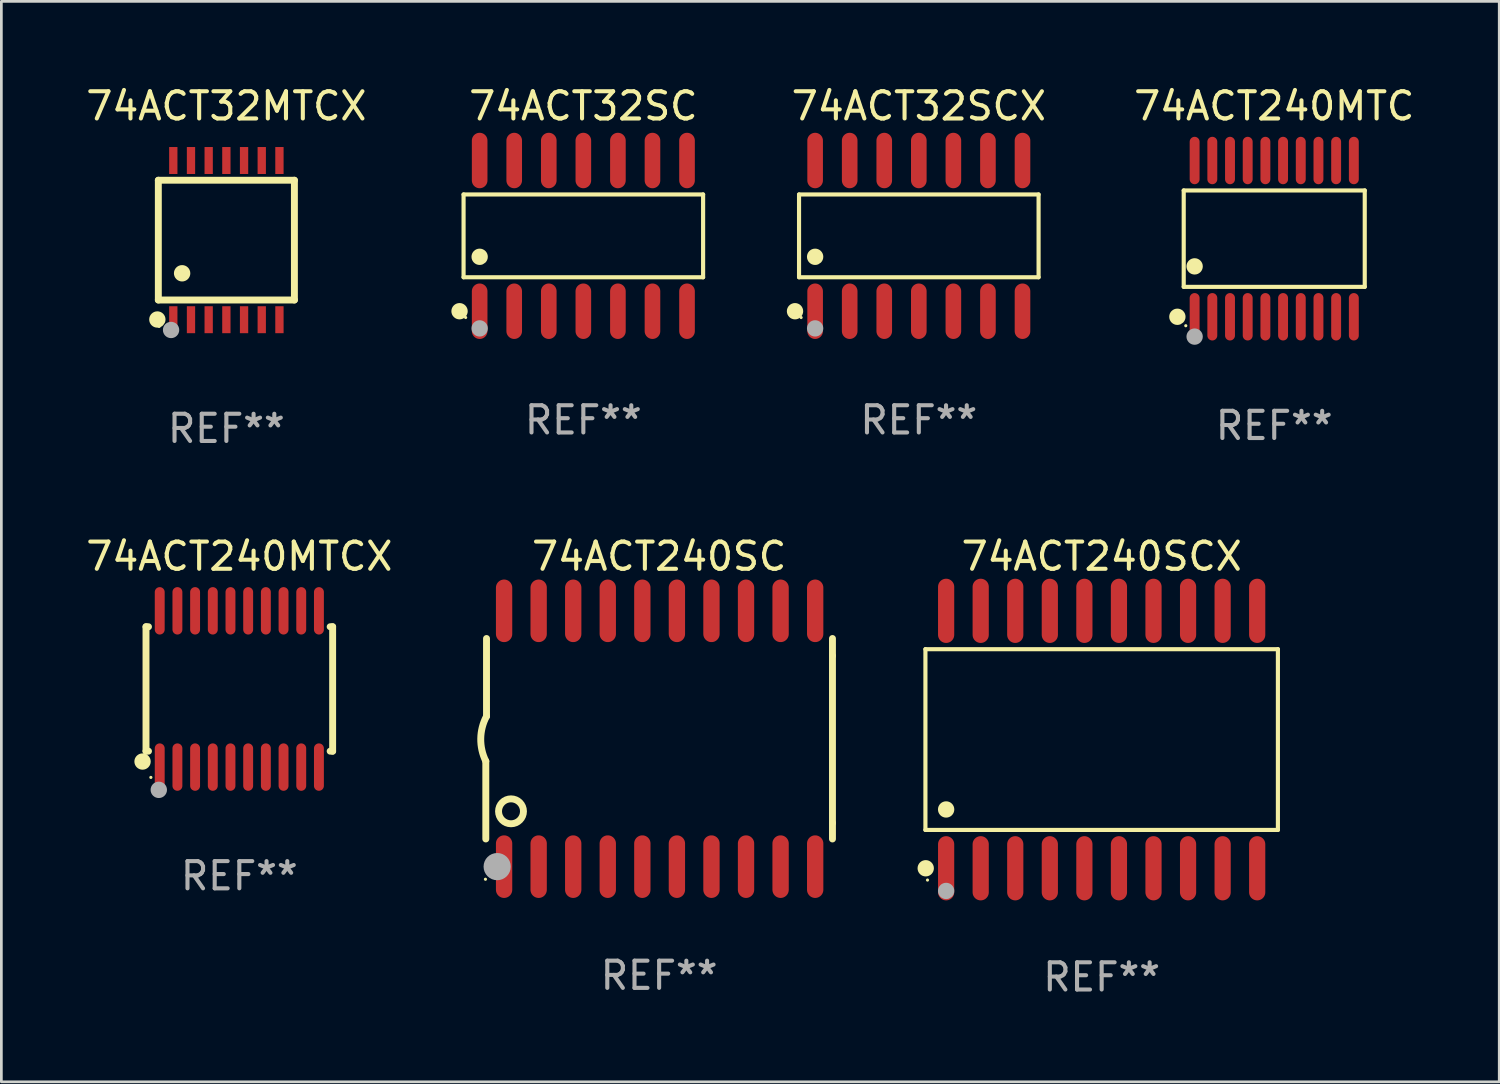
<source format=kicad_pcb>
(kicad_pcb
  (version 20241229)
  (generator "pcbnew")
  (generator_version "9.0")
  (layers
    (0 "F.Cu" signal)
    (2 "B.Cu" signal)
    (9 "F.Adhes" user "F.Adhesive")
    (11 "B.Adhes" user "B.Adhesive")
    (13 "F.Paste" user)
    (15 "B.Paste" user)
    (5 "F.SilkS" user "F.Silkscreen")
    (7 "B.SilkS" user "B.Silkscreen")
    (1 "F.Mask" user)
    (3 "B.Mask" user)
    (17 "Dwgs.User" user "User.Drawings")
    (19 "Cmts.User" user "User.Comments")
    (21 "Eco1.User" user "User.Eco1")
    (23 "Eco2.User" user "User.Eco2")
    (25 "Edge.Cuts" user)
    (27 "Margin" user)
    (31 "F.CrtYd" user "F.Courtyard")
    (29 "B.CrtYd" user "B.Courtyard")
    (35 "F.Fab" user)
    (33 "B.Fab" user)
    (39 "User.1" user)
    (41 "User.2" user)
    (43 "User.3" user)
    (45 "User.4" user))
  (footprint "74ACT32SC"
    (layer "F.Cu")
    (at 18.385 5.617)
    (property "Reference" "74ACT32SC" (at 0 -4.769 0) (layer "F.SilkS") (effects (font (size 1 1) (thickness 0.15))))
    (attr through_hole)
    (fp_line (start -4.401 -1.521) (end 4.401 -1.521) (stroke (width 0.152) (type solid)) (layer "F.SilkS"))
    (fp_line (start -4.401 1.521) (end -4.401 -1.521) (stroke (width 0.152) (type solid)) (layer "F.SilkS"))
    (fp_line (start 4.401 -1.521) (end 4.401 1.521) (stroke (width 0.152) (type solid)) (layer "F.SilkS"))
    (fp_line (start 4.401 1.521) (end -4.401 1.521) (stroke (width 0.152) (type solid)) (layer "F.SilkS"))
    (fp_circle (center -4.549 2.769) (end -4.399 2.769) (stroke (width 0.3) (type solid)) (fill no) (layer "F.SilkS"))
    (fp_circle (center -4.325 3) (end -4.295 3) (stroke (width 0.06) (type solid)) (fill no) (layer "F.SilkS"))
    (fp_circle (center -3.81 0.769) (end -3.66 0.769) (stroke (width 0.3) (type solid)) (fill no) (layer "F.SilkS"))
    (fp_circle (center -3.81 3.4) (end -3.66 3.4) (stroke (width 0.3) (type solid)) (fill no) (layer "F.Fab"))
    (fp_text user "REF**" (at 0 6.769 0) (layer "F.Fab") (effects (font (size 1 1) (thickness 0.15))))
    (pad "1" smd oval (at -3.81 2.769) (size 0.574 2.038) (layers "F.Cu" "F.Mask" "F.Paste"))
    (pad "2" smd oval (at -2.54 2.769) (size 0.574 2.038) (layers "F.Cu" "F.Mask" "F.Paste"))
    (pad "3" smd oval (at -1.27 2.769) (size 0.574 2.038) (layers "F.Cu" "F.Mask" "F.Paste"))
    (pad "4" smd oval (at 0 2.769) (size 0.574 2.038) (layers "F.Cu" "F.Mask" "F.Paste"))
    (pad "5" smd oval (at 1.27 2.769) (size 0.574 2.038) (layers "F.Cu" "F.Mask" "F.Paste"))
    (pad "6" smd oval (at 2.54 2.769) (size 0.574 2.038) (layers "F.Cu" "F.Mask" "F.Paste"))
    (pad "7" smd oval (at 3.81 2.769) (size 0.574 2.038) (layers "F.Cu" "F.Mask" "F.Paste"))
    (pad "8" smd oval (at 3.81 -2.769) (size 0.574 2.038) (layers "F.Cu" "F.Mask" "F.Paste"))
    (pad "9" smd oval (at 2.54 -2.769) (size 0.574 2.038) (layers "F.Cu" "F.Mask" "F.Paste"))
    (pad "10" smd oval (at 1.27 -2.769) (size 0.574 2.038) (layers "F.Cu" "F.Mask" "F.Paste"))
    (pad "11" smd oval (at 0 -2.769) (size 0.574 2.038) (layers "F.Cu" "F.Mask" "F.Paste"))
    (pad "12" smd oval (at -1.27 -2.769) (size 0.574 2.038) (layers "F.Cu" "F.Mask" "F.Paste"))
    (pad "13" smd oval (at -2.54 -2.769) (size 0.574 2.038) (layers "F.Cu" "F.Mask" "F.Paste"))
    (pad "14" smd oval (at -3.81 -2.769) (size 0.574 2.038) (layers "F.Cu" "F.Mask" "F.Paste")))
  (footprint "74ACT240SCX"
    (layer "F.Cu")
    (at 37.431 24.125)
    (property "Reference" "74ACT240SCX" (at 0 -6.73 0) (layer "F.SilkS") (effects (font (size 1 1) (thickness 0.15))))
    (attr through_hole)
    (fp_line (start -6.476 -3.321) (end 6.476 -3.321) (stroke (width 0.152) (type solid)) (layer "F.SilkS"))
    (fp_line (start -6.476 3.321) (end -6.476 -3.321) (stroke (width 0.152) (type solid)) (layer "F.SilkS"))
    (fp_line (start 6.476 -3.321) (end 6.476 3.321) (stroke (width 0.152) (type solid)) (layer "F.SilkS"))
    (fp_line (start 6.476 3.321) (end -6.476 3.321) (stroke (width 0.152) (type solid)) (layer "F.SilkS"))
    (fp_circle (center -6.465 4.73) (end -6.315 4.73) (stroke (width 0.3) (type solid)) (fill no) (layer "F.SilkS"))
    (fp_circle (center -6.4 5.163) (end -6.37 5.163) (stroke (width 0.06) (type solid)) (fill no) (layer "F.SilkS"))
    (fp_circle (center -5.715 2.569) (end -5.565 2.569) (stroke (width 0.3) (type solid)) (fill no) (layer "F.SilkS"))
    (fp_circle (center -5.715 5.563) (end -5.565 5.563) (stroke (width 0.3) (type solid)) (fill no) (layer "F.Fab"))
    (fp_text user "REF**" (at 0 8.73 0) (layer "F.Fab") (effects (font (size 1 1) (thickness 0.15))))
    (pad "1" smd oval (at -5.715 4.73) (size 0.595 2.36) (layers "F.Cu" "F.Mask" "F.Paste"))
    (pad "2" smd oval (at -4.445 4.73) (size 0.595 2.36) (layers "F.Cu" "F.Mask" "F.Paste"))
    (pad "3" smd oval (at -3.175 4.73) (size 0.595 2.36) (layers "F.Cu" "F.Mask" "F.Paste"))
    (pad "4" smd oval (at -1.905 4.73) (size 0.595 2.36) (layers "F.Cu" "F.Mask" "F.Paste"))
    (pad "5" smd oval (at -0.635 4.73) (size 0.595 2.36) (layers "F.Cu" "F.Mask" "F.Paste"))
    (pad "6" smd oval (at 0.635 4.73) (size 0.595 2.36) (layers "F.Cu" "F.Mask" "F.Paste"))
    (pad "7" smd oval (at 1.905 4.73) (size 0.595 2.36) (layers "F.Cu" "F.Mask" "F.Paste"))
    (pad "8" smd oval (at 3.175 4.73) (size 0.595 2.36) (layers "F.Cu" "F.Mask" "F.Paste"))
    (pad "9" smd oval (at 4.445 4.73) (size 0.595 2.36) (layers "F.Cu" "F.Mask" "F.Paste"))
    (pad "10" smd oval (at 5.715 4.73) (size 0.595 2.36) (layers "F.Cu" "F.Mask" "F.Paste"))
    (pad "11" smd oval (at 5.715 -4.73) (size 0.595 2.36) (layers "F.Cu" "F.Mask" "F.Paste"))
    (pad "12" smd oval (at 4.445 -4.73) (size 0.595 2.36) (layers "F.Cu" "F.Mask" "F.Paste"))
    (pad "13" smd oval (at 3.175 -4.73) (size 0.595 2.36) (layers "F.Cu" "F.Mask" "F.Paste"))
    (pad "14" smd oval (at 1.905 -4.73) (size 0.595 2.36) (layers "F.Cu" "F.Mask" "F.Paste"))
    (pad "15" smd oval (at 0.635 -4.73) (size 0.595 2.36) (layers "F.Cu" "F.Mask" "F.Paste"))
    (pad "16" smd oval (at -0.635 -4.73) (size 0.595 2.36) (layers "F.Cu" "F.Mask" "F.Paste"))
    (pad "17" smd oval (at -1.905 -4.73) (size 0.595 2.36) (layers "F.Cu" "F.Mask" "F.Paste"))
    (pad "18" smd oval (at -3.175 -4.73) (size 0.595 2.36) (layers "F.Cu" "F.Mask" "F.Paste"))
    (pad "19" smd oval (at -4.445 -4.73) (size 0.595 2.36) (layers "F.Cu" "F.Mask" "F.Paste"))
    (pad "20" smd oval (at -5.715 -4.73) (size 0.595 2.36) (layers "F.Cu" "F.Mask" "F.Paste")))
  (footprint "74ACT32SCX"
    (layer "F.Cu")
    (at 30.712 5.617)
    (property "Reference" "74ACT32SCX" (at 0 -4.769 0) (layer "F.SilkS") (effects (font (size 1 1) (thickness 0.15))))
    (attr through_hole)
    (fp_line (start -4.401 -1.521) (end 4.401 -1.521) (stroke (width 0.152) (type solid)) (layer "F.SilkS"))
    (fp_line (start -4.401 1.521) (end -4.401 -1.521) (stroke (width 0.152) (type solid)) (layer "F.SilkS"))
    (fp_line (start 4.401 -1.521) (end 4.401 1.521) (stroke (width 0.152) (type solid)) (layer "F.SilkS"))
    (fp_line (start 4.401 1.521) (end -4.401 1.521) (stroke (width 0.152) (type solid)) (layer "F.SilkS"))
    (fp_circle (center -4.549 2.769) (end -4.399 2.769) (stroke (width 0.3) (type solid)) (fill no) (layer "F.SilkS"))
    (fp_circle (center -4.325 3) (end -4.295 3) (stroke (width 0.06) (type solid)) (fill no) (layer "F.SilkS"))
    (fp_circle (center -3.81 0.769) (end -3.66 0.769) (stroke (width 0.3) (type solid)) (fill no) (layer "F.SilkS"))
    (fp_circle (center -3.81 3.4) (end -3.66 3.4) (stroke (width 0.3) (type solid)) (fill no) (layer "F.Fab"))
    (fp_text user "REF**" (at 0 6.769 0) (layer "F.Fab") (effects (font (size 1 1) (thickness 0.15))))
    (pad "1" smd oval (at -3.81 2.769) (size 0.574 2.038) (layers "F.Cu" "F.Mask" "F.Paste"))
    (pad "2" smd oval (at -2.54 2.769) (size 0.574 2.038) (layers "F.Cu" "F.Mask" "F.Paste"))
    (pad "3" smd oval (at -1.27 2.769) (size 0.574 2.038) (layers "F.Cu" "F.Mask" "F.Paste"))
    (pad "4" smd oval (at 0 2.769) (size 0.574 2.038) (layers "F.Cu" "F.Mask" "F.Paste"))
    (pad "5" smd oval (at 1.27 2.769) (size 0.574 2.038) (layers "F.Cu" "F.Mask" "F.Paste"))
    (pad "6" smd oval (at 2.54 2.769) (size 0.574 2.038) (layers "F.Cu" "F.Mask" "F.Paste"))
    (pad "7" smd oval (at 3.81 2.769) (size 0.574 2.038) (layers "F.Cu" "F.Mask" "F.Paste"))
    (pad "8" smd oval (at 3.81 -2.769) (size 0.574 2.038) (layers "F.Cu" "F.Mask" "F.Paste"))
    (pad "9" smd oval (at 2.54 -2.769) (size 0.574 2.038) (layers "F.Cu" "F.Mask" "F.Paste"))
    (pad "10" smd oval (at 1.27 -2.769) (size 0.574 2.038) (layers "F.Cu" "F.Mask" "F.Paste"))
    (pad "11" smd oval (at 0 -2.769) (size 0.574 2.038) (layers "F.Cu" "F.Mask" "F.Paste"))
    (pad "12" smd oval (at -1.27 -2.769) (size 0.574 2.038) (layers "F.Cu" "F.Mask" "F.Paste"))
    (pad "13" smd oval (at -2.54 -2.769) (size 0.574 2.038) (layers "F.Cu" "F.Mask" "F.Paste"))
    (pad "14" smd oval (at -3.81 -2.769) (size 0.574 2.038) (layers "F.Cu" "F.Mask" "F.Paste")))
  (footprint "74ACT240MTCX"
    (layer "F.Cu")
    (at 5.744 22.266)
    (property "Reference" "74ACT240MTCX" (at 0 -4.871 0) (layer "F.SilkS") (effects (font (size 1 1) (thickness 0.15))))
    (attr through_hole)
    (fp_line (start -3.429 -2.286) (end -3.429 2.286) (stroke (width 0.254) (type solid)) (layer "F.SilkS"))
    (fp_line (start -3.429 2.286) (end -3.338 2.286) (stroke (width 0.254) (type solid)) (layer "F.SilkS"))
    (fp_line (start -3.338 -2.286) (end -3.429 -2.286) (stroke (width 0.254) (type solid)) (layer "F.SilkS"))
    (fp_line (start 3.338 -2.286) (end 3.429 -2.286) (stroke (width 0.254) (type solid)) (layer "F.SilkS"))
    (fp_line (start 3.429 -2.286) (end 3.429 2.286) (stroke (width 0.254) (type solid)) (layer "F.SilkS"))
    (fp_line (start 3.429 2.286) (end 3.338 2.286) (stroke (width 0.254) (type solid)) (layer "F.SilkS"))
    (fp_circle (center -3.556 2.667) (end -3.406 2.667) (stroke (width 0.3) (type solid)) (fill no) (layer "F.SilkS"))
    (fp_circle (center -3.25 3.25) (end -3.22 3.25) (stroke (width 0.06) (type solid)) (fill no) (layer "F.SilkS"))
    (fp_circle (center -2.959 3.707) (end -2.808 3.707) (stroke (width 0.3) (type solid)) (fill no) (layer "F.Fab"))
    (fp_text user "REF**" (at 0 6.871 0) (layer "F.Fab") (effects (font (size 1 1) (thickness 0.15))))
    (pad "1" smd oval (at -2.925 2.871) (size 0.364 1.742) (layers "F.Cu" "F.Mask" "F.Paste"))
    (pad "2" smd oval (at -2.275 2.871) (size 0.364 1.742) (layers "F.Cu" "F.Mask" "F.Paste"))
    (pad "3" smd oval (at -1.625 2.871) (size 0.364 1.742) (layers "F.Cu" "F.Mask" "F.Paste"))
    (pad "4" smd oval (at -0.975 2.871) (size 0.364 1.742) (layers "F.Cu" "F.Mask" "F.Paste"))
    (pad "5" smd oval (at -0.325 2.871) (size 0.364 1.742) (layers "F.Cu" "F.Mask" "F.Paste"))
    (pad "6" smd oval (at 0.325 2.871) (size 0.364 1.742) (layers "F.Cu" "F.Mask" "F.Paste"))
    (pad "7" smd oval (at 0.975 2.871) (size 0.364 1.742) (layers "F.Cu" "F.Mask" "F.Paste"))
    (pad "8" smd oval (at 1.625 2.871) (size 0.364 1.742) (layers "F.Cu" "F.Mask" "F.Paste"))
    (pad "9" smd oval (at 2.275 2.871) (size 0.364 1.742) (layers "F.Cu" "F.Mask" "F.Paste"))
    (pad "10" smd oval (at 2.925 2.871) (size 0.364 1.742) (layers "F.Cu" "F.Mask" "F.Paste"))
    (pad "11" smd oval (at 2.925 -2.871) (size 0.364 1.742) (layers "F.Cu" "F.Mask" "F.Paste"))
    (pad "12" smd oval (at 2.275 -2.871) (size 0.364 1.742) (layers "F.Cu" "F.Mask" "F.Paste"))
    (pad "13" smd oval (at 1.625 -2.871) (size 0.364 1.742) (layers "F.Cu" "F.Mask" "F.Paste"))
    (pad "14" smd oval (at 0.975 -2.871) (size 0.364 1.742) (layers "F.Cu" "F.Mask" "F.Paste"))
    (pad "15" smd oval (at 0.325 -2.871) (size 0.364 1.742) (layers "F.Cu" "F.Mask" "F.Paste"))
    (pad "16" smd oval (at -0.325 -2.871) (size 0.364 1.742) (layers "F.Cu" "F.Mask" "F.Paste"))
    (pad "17" smd oval (at -0.975 -2.871) (size 0.364 1.742) (layers "F.Cu" "F.Mask" "F.Paste"))
    (pad "18" smd oval (at -1.625 -2.871) (size 0.364 1.742) (layers "F.Cu" "F.Mask" "F.Paste"))
    (pad "19" smd oval (at -2.275 -2.871) (size 0.364 1.742) (layers "F.Cu" "F.Mask" "F.Paste"))
    (pad "20" smd oval (at -2.925 -2.871) (size 0.364 1.742) (layers "F.Cu" "F.Mask" "F.Paste")))
  (footprint "74ACT240SC"
    (layer "F.Cu")
    (at 21.17 24.095)
    (property "Reference" "74ACT240SC" (at 0 -6.7 0) (layer "F.SilkS") (effects (font (size 1 1) (thickness 0.15))))
    (attr through_hole)
    (fp_line (start -6.369 0.826) (end -6.369 3.683) (stroke (width 0.254) (type solid)) (layer "F.SilkS"))
    (fp_line (start -6.343 -0.825) (end -6.343 -3.683) (stroke (width 0.254) (type solid)) (layer "F.SilkS"))
    (fp_line (start 6.369 -3.048) (end 6.369 -3.683) (stroke (width 0.254) (type solid)) (layer "F.SilkS"))
    (fp_line (start 6.369 -3.048) (end 6.369 3.096) (stroke (width 0.254) (type solid)) (layer "F.SilkS"))
    (fp_line (start 6.369 3.096) (end 6.369 3.683) (stroke (width 0.254) (type solid)) (layer "F.SilkS"))
    (fp_arc (start -6.36853 0.825552) (mid -6.554743 -0.00301) (end -6.343129 -0.825451) (stroke (width 0.254001) (type solid)) (layer "F.SilkS"))
    (fp_circle (center -6.382 5.163) (end -6.352 5.163) (stroke (width 0.06) (type solid)) (fill no) (layer "F.SilkS"))
    (fp_circle (center -5.443 2.667) (end -4.985 2.667) (stroke (width 0.254) (type solid)) (fill no) (layer "F.SilkS"))
    (fp_circle (center -5.951 4.699) (end -5.701 4.699) (stroke (width 0.5) (type solid)) (fill no) (layer "F.Fab"))
    (fp_text user "REF**" (at 0 8.7 0) (layer "F.Fab") (effects (font (size 1 1) (thickness 0.15))))
    (pad "1" smd oval (at -5.697 4.7 180) (size 0.6 2.3) (layers "F.Cu" "F.Mask" "F.Paste"))
    (pad "2" smd oval (at -4.427 4.7 180) (size 0.6 2.3) (layers "F.Cu" "F.Mask" "F.Paste"))
    (pad "3" smd oval (at -3.157 4.7 180) (size 0.6 2.3) (layers "F.Cu" "F.Mask" "F.Paste"))
    (pad "4" smd oval (at -1.887 4.7 180) (size 0.6 2.3) (layers "F.Cu" "F.Mask" "F.Paste"))
    (pad "5" smd oval (at -0.617 4.7 180) (size 0.6 2.3) (layers "F.Cu" "F.Mask" "F.Paste"))
    (pad "6" smd oval (at 0.653 4.7 180) (size 0.6 2.3) (layers "F.Cu" "F.Mask" "F.Paste"))
    (pad "7" smd oval (at 1.923 4.7 180) (size 0.6 2.3) (layers "F.Cu" "F.Mask" "F.Paste"))
    (pad "8" smd oval (at 3.193 4.7 180) (size 0.6 2.3) (layers "F.Cu" "F.Mask" "F.Paste"))
    (pad "9" smd oval (at 4.463 4.7 180) (size 0.6 2.3) (layers "F.Cu" "F.Mask" "F.Paste"))
    (pad "10" smd oval (at 5.734 4.7 180) (size 0.6 2.3) (layers "F.Cu" "F.Mask" "F.Paste"))
    (pad "11" smd oval (at 5.734 -4.7 180) (size 0.6 2.3) (layers "F.Cu" "F.Mask" "F.Paste"))
    (pad "12" smd oval (at 4.463 -4.7 180) (size 0.6 2.3) (layers "F.Cu" "F.Mask" "F.Paste"))
    (pad "13" smd oval (at 3.193 -4.7 180) (size 0.6 2.3) (layers "F.Cu" "F.Mask" "F.Paste"))
    (pad "14" smd oval (at 1.923 -4.7 180) (size 0.6 2.3) (layers "F.Cu" "F.Mask" "F.Paste"))
    (pad "15" smd oval (at 0.653 -4.7 180) (size 0.6 2.3) (layers "F.Cu" "F.Mask" "F.Paste"))
    (pad "16" smd oval (at -0.617 -4.7 180) (size 0.6 2.3) (layers "F.Cu" "F.Mask" "F.Paste"))
    (pad "17" smd oval (at -1.887 -4.7 180) (size 0.6 2.3) (layers "F.Cu" "F.Mask" "F.Paste"))
    (pad "18" smd oval (at -3.157 -4.7 180) (size 0.6 2.3) (layers "F.Cu" "F.Mask" "F.Paste"))
    (pad "19" smd oval (at -4.427 -4.7 180) (size 0.6 2.3) (layers "F.Cu" "F.Mask" "F.Paste"))
    (pad "20" smd oval (at -5.697 -4.7 180) (size 0.6 2.3) (layers "F.Cu" "F.Mask" "F.Paste")))
  (footprint "74ACT240MTC"
    (layer "F.Cu")
    (at 43.772 5.719)
    (property "Reference" "74ACT240MTC" (at 0 -4.871 0) (layer "F.SilkS") (effects (font (size 1 1) (thickness 0.15))))
    (attr through_hole)
    (fp_line (start -3.326 -1.771) (end 3.326 -1.771) (stroke (width 0.152) (type solid)) (layer "F.SilkS"))
    (fp_line (start -3.326 1.771) (end -3.326 -1.771) (stroke (width 0.152) (type solid)) (layer "F.SilkS"))
    (fp_line (start 3.326 -1.771) (end 3.326 1.771) (stroke (width 0.152) (type solid)) (layer "F.SilkS"))
    (fp_line (start 3.326 1.771) (end -3.326 1.771) (stroke (width 0.152) (type solid)) (layer "F.SilkS"))
    (fp_circle (center -3.559 2.871) (end -3.409 2.871) (stroke (width 0.3) (type solid)) (fill no) (layer "F.SilkS"))
    (fp_circle (center -3.25 3.2) (end -3.22 3.2) (stroke (width 0.06) (type solid)) (fill no) (layer "F.SilkS"))
    (fp_circle (center -2.925 1.019) (end -2.775 1.019) (stroke (width 0.3) (type solid)) (fill no) (layer "F.SilkS"))
    (fp_circle (center -2.925 3.6) (end -2.775 3.6) (stroke (width 0.3) (type solid)) (fill no) (layer "F.Fab"))
    (fp_text user "REF**" (at 0 6.871 0) (layer "F.Fab") (effects (font (size 1 1) (thickness 0.15))))
    (pad "1" smd oval (at -2.925 2.871) (size 0.364 1.742) (layers "F.Cu" "F.Mask" "F.Paste"))
    (pad "2" smd oval (at -2.275 2.871) (size 0.364 1.742) (layers "F.Cu" "F.Mask" "F.Paste"))
    (pad "3" smd oval (at -1.625 2.871) (size 0.364 1.742) (layers "F.Cu" "F.Mask" "F.Paste"))
    (pad "4" smd oval (at -0.975 2.871) (size 0.364 1.742) (layers "F.Cu" "F.Mask" "F.Paste"))
    (pad "5" smd oval (at -0.325 2.871) (size 0.364 1.742) (layers "F.Cu" "F.Mask" "F.Paste"))
    (pad "6" smd oval (at 0.325 2.871) (size 0.364 1.742) (layers "F.Cu" "F.Mask" "F.Paste"))
    (pad "7" smd oval (at 0.975 2.871) (size 0.364 1.742) (layers "F.Cu" "F.Mask" "F.Paste"))
    (pad "8" smd oval (at 1.625 2.871) (size 0.364 1.742) (layers "F.Cu" "F.Mask" "F.Paste"))
    (pad "9" smd oval (at 2.275 2.871) (size 0.364 1.742) (layers "F.Cu" "F.Mask" "F.Paste"))
    (pad "10" smd oval (at 2.925 2.871) (size 0.364 1.742) (layers "F.Cu" "F.Mask" "F.Paste"))
    (pad "11" smd oval (at 2.925 -2.871) (size 0.364 1.742) (layers "F.Cu" "F.Mask" "F.Paste"))
    (pad "12" smd oval (at 2.275 -2.871) (size 0.364 1.742) (layers "F.Cu" "F.Mask" "F.Paste"))
    (pad "13" smd oval (at 1.625 -2.871) (size 0.364 1.742) (layers "F.Cu" "F.Mask" "F.Paste"))
    (pad "14" smd oval (at 0.975 -2.871) (size 0.364 1.742) (layers "F.Cu" "F.Mask" "F.Paste"))
    (pad "15" smd oval (at 0.325 -2.871) (size 0.364 1.742) (layers "F.Cu" "F.Mask" "F.Paste"))
    (pad "16" smd oval (at -0.325 -2.871) (size 0.364 1.742) (layers "F.Cu" "F.Mask" "F.Paste"))
    (pad "17" smd oval (at -0.975 -2.871) (size 0.364 1.742) (layers "F.Cu" "F.Mask" "F.Paste"))
    (pad "18" smd oval (at -1.625 -2.871) (size 0.364 1.742) (layers "F.Cu" "F.Mask" "F.Paste"))
    (pad "19" smd oval (at -2.275 -2.871) (size 0.364 1.742) (layers "F.Cu" "F.Mask" "F.Paste"))
    (pad "20" smd oval (at -2.925 -2.871) (size 0.364 1.742) (layers "F.Cu" "F.Mask" "F.Paste")))
  (footprint "74ACT32MTCX"
    (layer "F.Cu")
    (at 5.268 5.773)
    (property "Reference" "74ACT32MTCX" (at 0 -4.925 0) (layer "F.SilkS") (effects (font (size 1 1) (thickness 0.15))))
    (attr through_hole)
    (fp_line (start -2.5 2.2) (end -2.5 -2.2) (stroke (width 0.254) (type solid)) (layer "F.SilkS"))
    (fp_line (start -2.5 2.2) (end 2.5 2.2) (stroke (width 0.254) (type solid)) (layer "F.SilkS"))
    (fp_line (start 2.5 -2.2) (end -2.5 -2.2) (stroke (width 0.254) (type solid)) (layer "F.SilkS"))
    (fp_line (start 2.5 -2.2) (end 2.5 2.2) (stroke (width 0.254) (type solid)) (layer "F.SilkS"))
    (fp_circle (center -2.536 2.917) (end -2.386 2.917) (stroke (width 0.3) (type solid)) (fill no) (layer "F.SilkS"))
    (fp_circle (center -2.47 3.17) (end -2.44 3.17) (stroke (width 0.06) (type solid)) (fill no) (layer "F.SilkS"))
    (fp_circle (center -1.626 1.219) (end -1.475 1.219) (stroke (width 0.3) (type solid)) (fill no) (layer "F.SilkS"))
    (fp_circle (center -2.032 3.302) (end -1.882 3.302) (stroke (width 0.3) (type solid)) (fill no) (layer "F.Fab"))
    (fp_text user "REF**" (at 0 6.925 0) (layer "F.Fab") (effects (font (size 1 1) (thickness 0.15))))
    (pad "1" smd rect (at -1.95 2.925) (size 0.305 0.991) (layers "F.Cu" "F.Mask" "F.Paste"))
    (pad "2" smd rect (at -1.3 2.925) (size 0.305 0.991) (layers "F.Cu" "F.Mask" "F.Paste"))
    (pad "3" smd rect (at -0.65 2.925) (size 0.305 0.991) (layers "F.Cu" "F.Mask" "F.Paste"))
    (pad "4" smd rect (at 0 2.925) (size 0.305 0.991) (layers "F.Cu" "F.Mask" "F.Paste"))
    (pad "5" smd rect (at 0.65 2.925) (size 0.305 0.991) (layers "F.Cu" "F.Mask" "F.Paste"))
    (pad "6" smd rect (at 1.3 2.925) (size 0.305 0.991) (layers "F.Cu" "F.Mask" "F.Paste"))
    (pad "7" smd rect (at 1.95 2.925) (size 0.305 0.991) (layers "F.Cu" "F.Mask" "F.Paste"))
    (pad "8" smd rect (at 1.95 -2.925) (size 0.305 0.991) (layers "F.Cu" "F.Mask" "F.Paste"))
    (pad "9" smd rect (at 1.3 -2.925) (size 0.305 0.991) (layers "F.Cu" "F.Mask" "F.Paste"))
    (pad "10" smd rect (at 0.65 -2.925) (size 0.305 0.991) (layers "F.Cu" "F.Mask" "F.Paste"))
    (pad "11" smd rect (at 0 -2.925) (size 0.305 0.991) (layers "F.Cu" "F.Mask" "F.Paste"))
    (pad "12" smd rect (at -0.65 -2.925) (size 0.305 0.991) (layers "F.Cu" "F.Mask" "F.Paste"))
    (pad "13" smd rect (at -1.3 -2.925) (size 0.305 0.991) (layers "F.Cu" "F.Mask" "F.Paste"))
    (pad "14" smd rect (at -1.95 -2.925) (size 0.305 0.991) (layers "F.Cu" "F.Mask" "F.Paste")))
  (gr_rect
    (start -3 -3)
    (end 52.04 36.703)
    (stroke (width 0.1) (type default))
    (fill no)
    (layer "Edge.Cuts")))
</source>
